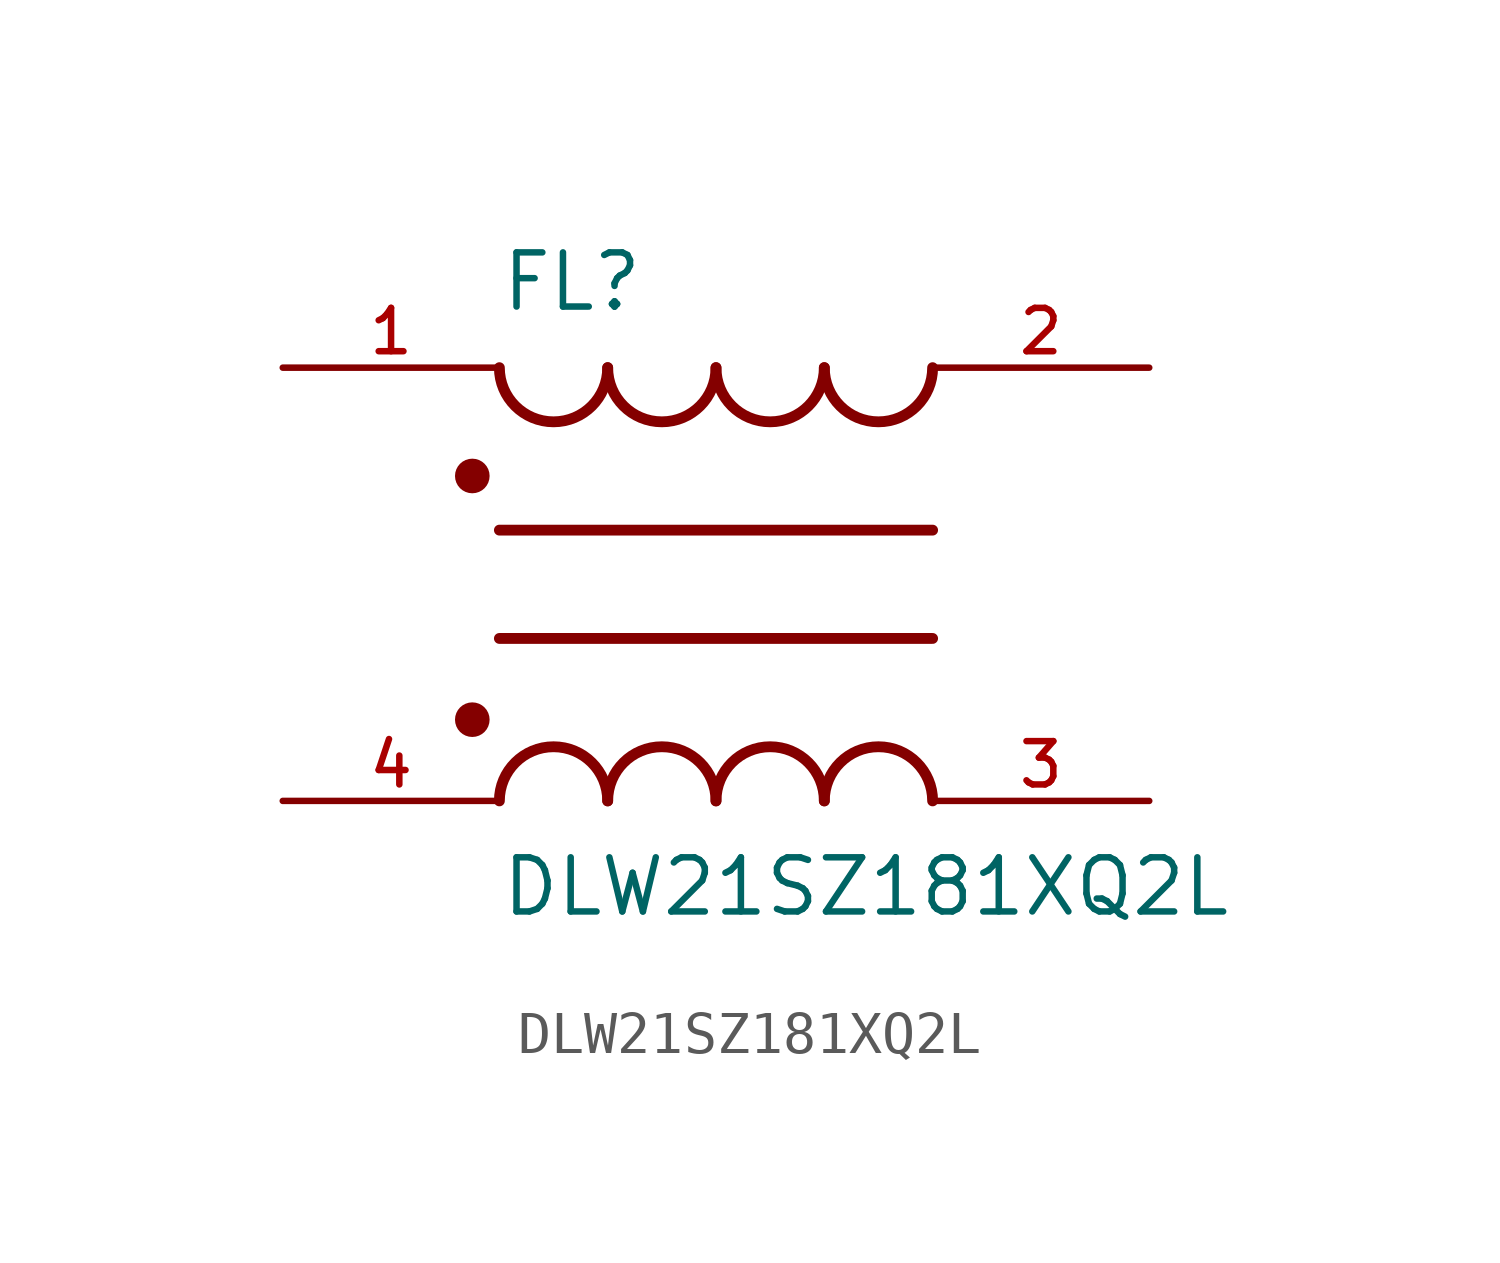
<source format=kicad_sym>
(kicad_symbol_lib
  (version 20211014)
  (generator kicad_symbol_editor)
  (symbol "DLW21SZ181XQ2L"
    (pin_names
      (offset 1.016))
    (property "Reference" "FL"
      (at -5.08 6.35 0)
      (effects (font (size 1.27 1.27)) (justify bottom left)))
    (property "Value" "DLW21SZ181XQ2L"
      (at -5.08 -6.35 0)
      (effects (font (size 1.27 1.27)) (justify top left)))
    (symbol "DLW21SZ181XQ2L_0_0"
      (arc (start -2.54 -5.08) (mid -3.81 -3.81) (end -5.08 -5.08) (stroke (width 0.254) (type default) (color 0 0 0 0)) (fill (type none)))
      (arc (start 0.0 -5.08) (mid -1.27 -3.81) (end -2.54 -5.08) (stroke (width 0.254) (type default) (color 0 0 0 0)) (fill (type none)))
      (arc (start 2.54 -5.08) (mid 1.27 -3.81) (end 0.0 -5.08) (stroke (width 0.254) (type default) (color 0 0 0 0)) (fill (type none)))
      (arc (start 5.08 -5.08) (mid 3.81 -3.81) (end 2.54 -5.08) (stroke (width 0.254) (type default) (color 0 0 0 0)) (fill (type none)))
      (polyline (pts (xy -5.08 -1.27) (xy 5.08 -1.27)) (stroke (width 0.254)))
      (circle (center -5.715 -3.175) (radius 0.203) (stroke (width 0.406)) (fill (type none)))
      (arc (start 2.54 5.08) (mid 3.81 3.81) (end 5.08 5.08) (stroke (width 0.254) (type default) (color 0 0 0 0)) (fill (type none)))
      (arc (start 0.0 5.08) (mid 1.27 3.81) (end 2.54 5.08) (stroke (width 0.254) (type default) (color 0 0 0 0)) (fill (type none)))
      (arc (start -2.54 5.08) (mid -1.27 3.81) (end 0.0 5.08) (stroke (width 0.254) (type default) (color 0 0 0 0)) (fill (type none)))
      (arc (start -5.08 5.08) (mid -3.81 3.81) (end -2.54 5.08) (stroke (width 0.254) (type default) (color 0 0 0 0)) (fill (type none)))
      (polyline (pts (xy 5.08 1.27) (xy -5.08 1.27)) (stroke (width 0.254)))
      (circle (center -5.715 2.54) (radius 0.203) (stroke (width 0.406)) (fill (type none)))
      (pin passive line (at -10.16 -5.08 0) (length 5.08) (name "~" (effects (font (size 1.016 1.016)))) (number "4" (effects (font (size 1.016 1.016)))))
      (pin passive line (at 10.16 -5.08 180.0) (length 5.08) (name "~" (effects (font (size 1.016 1.016)))) (number "3" (effects (font (size 1.016 1.016)))))
      (pin passive line (at 10.16 5.08 180.0) (length 5.08) (name "~" (effects (font (size 1.016 1.016)))) (number "2" (effects (font (size 1.016 1.016)))))
      (pin passive line (at -10.16 5.08 0) (length 5.08) (name "~" (effects (font (size 1.016 1.016)))) (number "1" (effects (font (size 1.016 1.016))))))))
</source>
